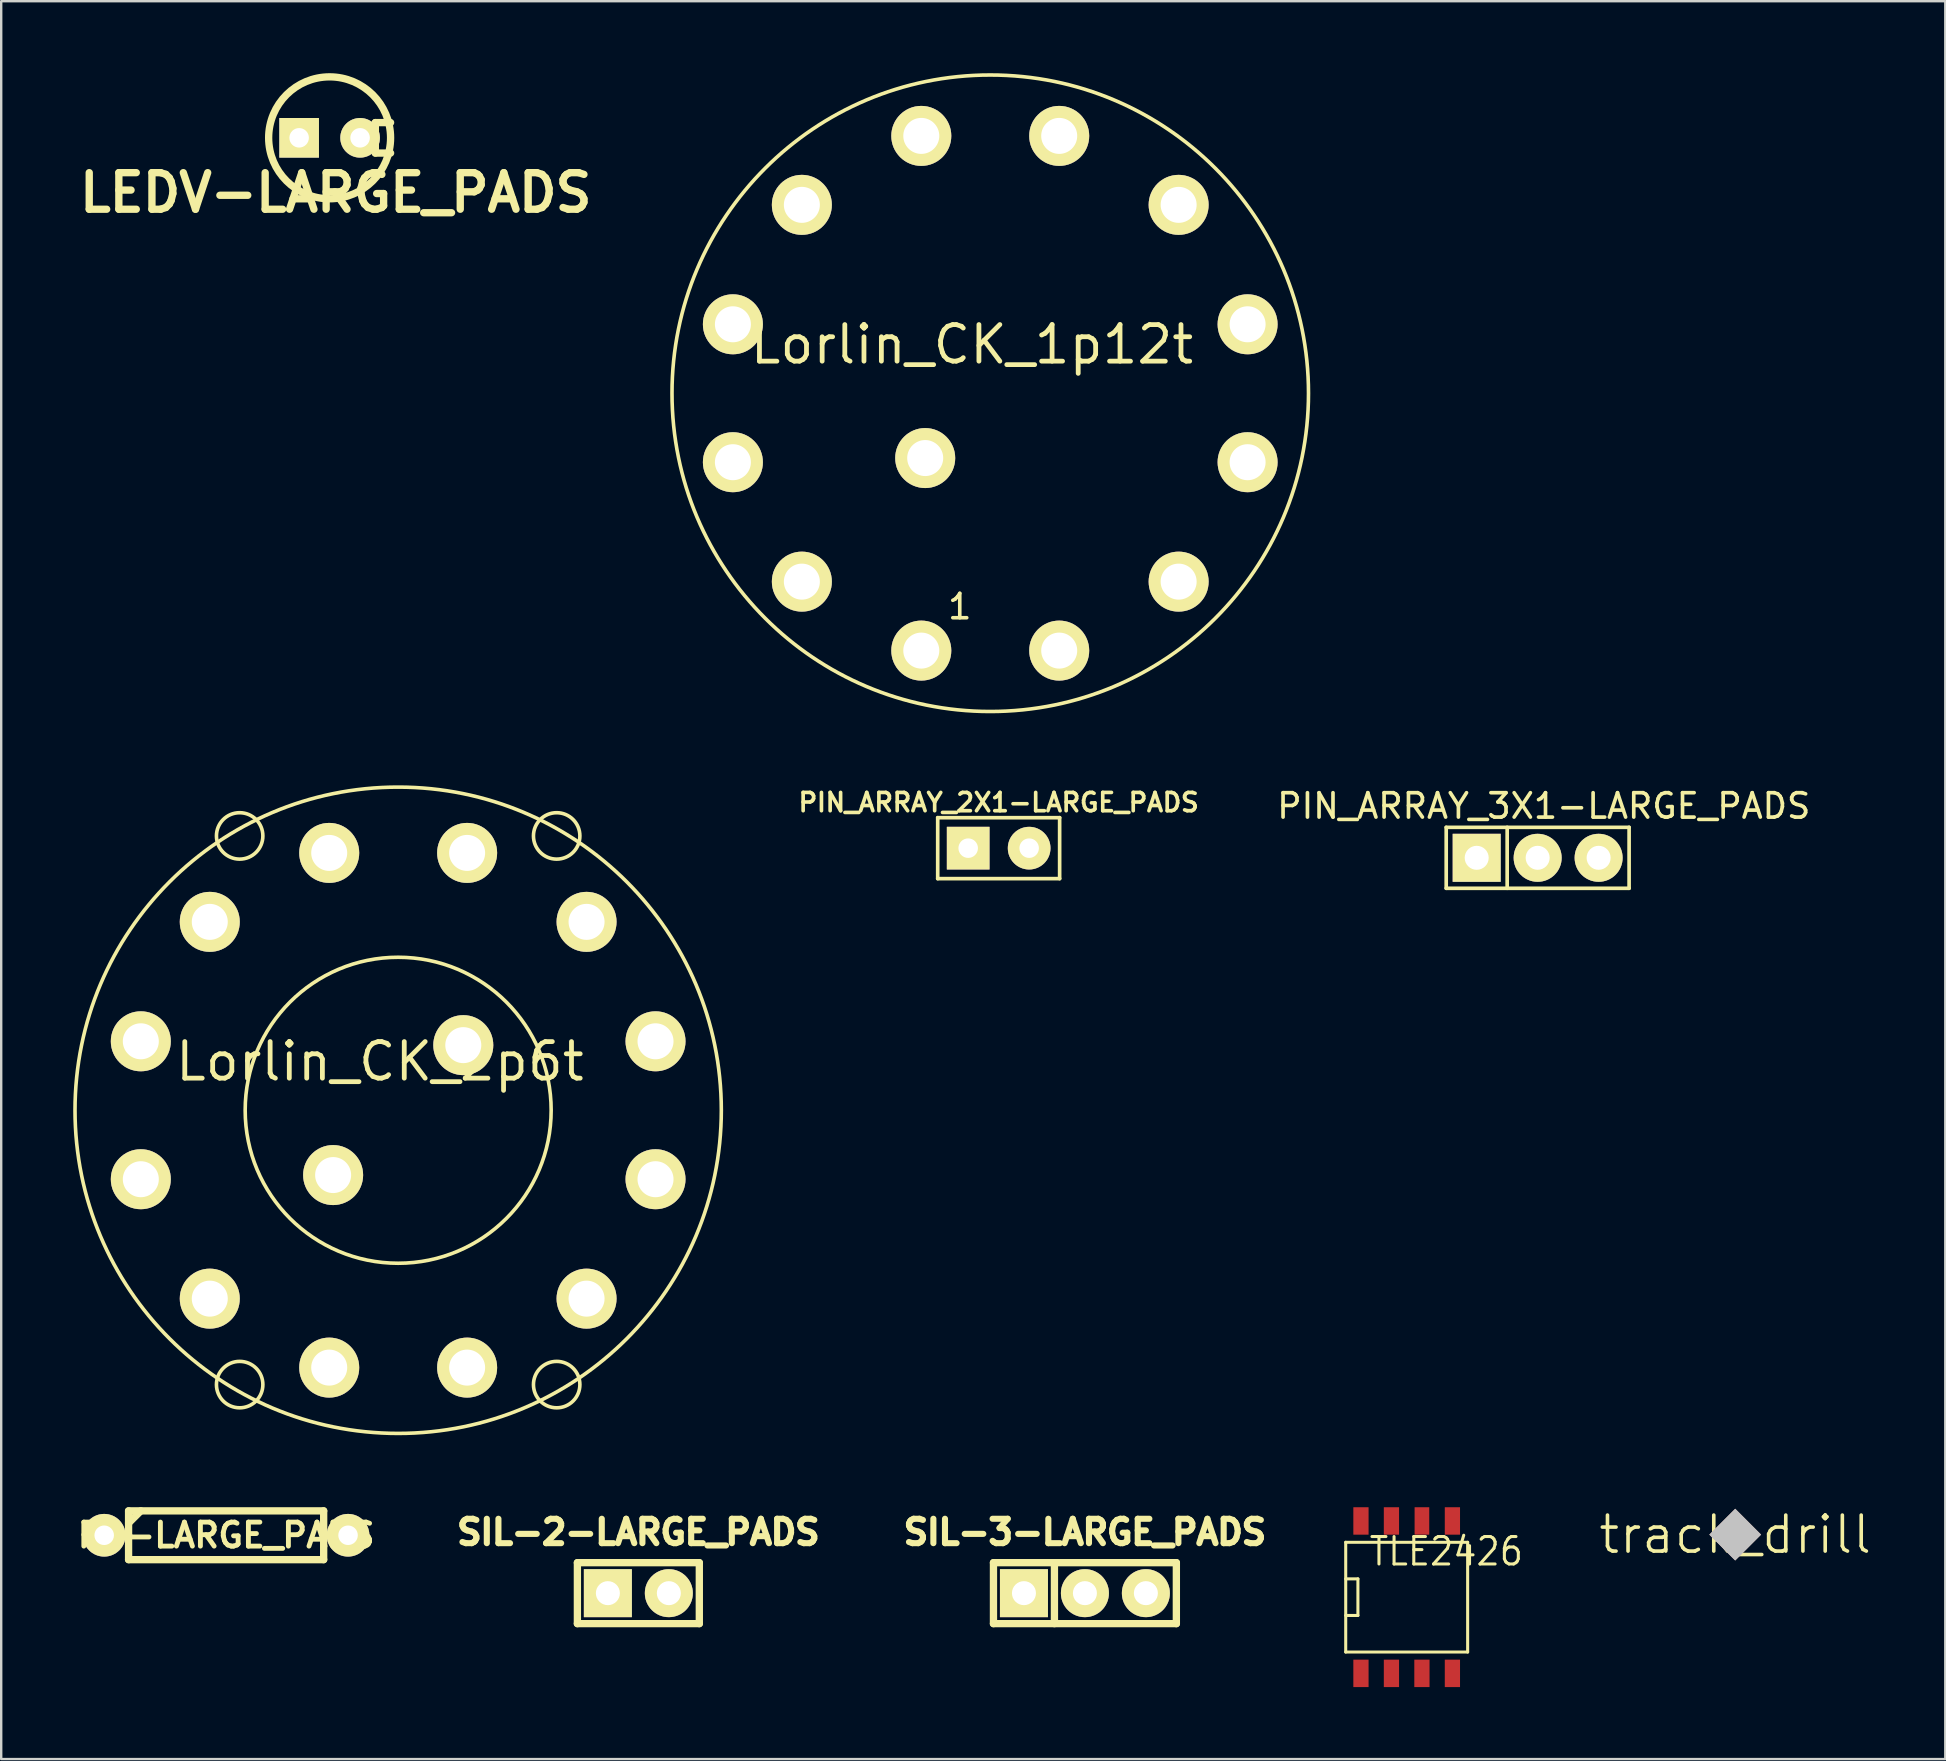
<source format=kicad_pcb>
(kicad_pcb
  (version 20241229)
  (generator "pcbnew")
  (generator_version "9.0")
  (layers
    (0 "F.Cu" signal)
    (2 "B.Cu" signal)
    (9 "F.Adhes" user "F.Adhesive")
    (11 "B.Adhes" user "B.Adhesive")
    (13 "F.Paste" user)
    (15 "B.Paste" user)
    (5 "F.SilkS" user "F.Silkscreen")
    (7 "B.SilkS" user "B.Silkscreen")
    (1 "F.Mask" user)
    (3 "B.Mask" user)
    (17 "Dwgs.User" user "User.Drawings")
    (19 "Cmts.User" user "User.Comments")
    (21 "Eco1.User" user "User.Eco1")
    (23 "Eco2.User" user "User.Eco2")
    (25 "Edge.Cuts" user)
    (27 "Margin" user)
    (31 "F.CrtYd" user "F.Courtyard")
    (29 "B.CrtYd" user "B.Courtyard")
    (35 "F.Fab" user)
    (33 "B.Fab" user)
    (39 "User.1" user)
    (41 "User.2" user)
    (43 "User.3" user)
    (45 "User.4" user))
  (footprint "R4-LARGE_PADS"
    (layer "F.Cu")
    (at 6.371 60.914)
    (property "Reference" "R4-LARGE_PADS" (at 0 0 0) (layer "F.SilkS") (effects (font (size 1 1) (thickness 0.203))))
    (attr through_hole)
    (fp_line (start -5.08 0) (end -4.064 0) (stroke (width 0.305) (type solid)) (layer "F.SilkS"))
    (fp_line (start -4.064 -1.016) (end 4.064 -1.016) (stroke (width 0.305) (type solid)) (layer "F.SilkS"))
    (fp_line (start -4.064 -0.508) (end -3.556 -1.016) (stroke (width 0.305) (type solid)) (layer "F.SilkS"))
    (fp_line (start -4.064 0) (end -4.064 -1.016) (stroke (width 0.305) (type solid)) (layer "F.SilkS"))
    (fp_line (start -4.064 1.016) (end -4.064 0) (stroke (width 0.305) (type solid)) (layer "F.SilkS"))
    (fp_line (start 4.064 -1.016) (end 4.064 1.016) (stroke (width 0.305) (type solid)) (layer "F.SilkS"))
    (fp_line (start 4.064 1.016) (end -4.064 1.016) (stroke (width 0.305) (type solid)) (layer "F.SilkS"))
    (fp_line (start 5.08 0) (end 4.064 0) (stroke (width 0.305) (type solid)) (layer "F.SilkS"))
    (pad "1" thru_hole circle (at -5.08 0) (size 1.778 1.778) (drill 0.813) (layers "*.Cu" "*.Mask" "F.SilkS"))
    (pad "2" thru_hole circle (at 5.08 0) (size 1.778 1.778) (drill 0.813) (layers "*.Cu" "*.Mask" "F.SilkS")))
  (footprint "TLE2426"
    (layer "F.Cu")
    (at 55.557 63.493)
    (property "Reference" "TLE2426" (at 1.651 -1.905 0) (layer "F.SilkS") (effects (font (size 1.143 1.016) (thickness 0.127))))
    (attr smd)
    (fp_line (start -2.54 -2.286) (end 2.54 -2.286) (stroke (width 0.127) (type solid)) (layer "F.SilkS"))
    (fp_line (start -2.54 -0.762) (end -2.032 -0.762) (stroke (width 0.127) (type solid)) (layer "F.SilkS"))
    (fp_line (start -2.54 2.286) (end -2.54 -2.286) (stroke (width 0.127) (type solid)) (layer "F.SilkS"))
    (fp_line (start -2.032 -0.762) (end -2.032 0.762) (stroke (width 0.127) (type solid)) (layer "F.SilkS"))
    (fp_line (start -2.032 0.762) (end -2.54 0.762) (stroke (width 0.127) (type solid)) (layer "F.SilkS"))
    (fp_line (start 2.54 -2.286) (end 2.54 2.286) (stroke (width 0.127) (type solid)) (layer "F.SilkS"))
    (fp_line (start 2.54 2.286) (end -2.54 2.286) (stroke (width 0.127) (type solid)) (layer "F.SilkS"))
    (pad "1" smd rect (at -1.905 3.175) (size 0.635 1.143) (layers "F.Cu" "F.Mask" "F.Paste"))
    (pad "2" smd rect (at -0.635 3.175) (size 0.635 1.143) (layers "F.Cu" "F.Mask" "F.Paste"))
    (pad "3" smd rect (at 0.635 3.175) (size 0.635 1.143) (layers "F.Cu" "F.Mask" "F.Paste"))
    (pad "4" smd rect (at 1.905 3.175) (size 0.635 1.143) (layers "F.Cu" "F.Mask" "F.Paste"))
    (pad "5" smd rect (at 1.905 -3.175) (size 0.635 1.143) (layers "F.Cu" "F.Mask" "F.Paste"))
    (pad "6" smd rect (at 0.635 -3.175) (size 0.61 1.143) (layers "F.Cu" "F.Mask" "F.Paste"))
    (pad "7" smd rect (at -0.635 -3.175) (size 0.635 1.143) (layers "F.Cu" "F.Mask" "F.Paste"))
    (pad "8" smd rect (at -1.905 -3.175) (size 0.635 1.143) (layers "F.Cu" "F.Mask" "F.Paste")))
  (footprint "SIL-2-LARGE_PADS"
    (layer "F.Cu")
    (at 23.546 63.326)
    (property "Reference" "SIL-2-LARGE_PADS" (at 0 -2.54 0) (layer "F.SilkS") (effects (font (size 1.016 1.016) (thickness 0.254))))
    (attr through_hole)
    (fp_line (start -2.54 -1.27) (end 2.54 -1.27) (stroke (width 0.305) (type solid)) (layer "F.SilkS"))
    (fp_line (start -2.54 1.27) (end -2.54 -1.27) (stroke (width 0.305) (type solid)) (layer "F.SilkS"))
    (fp_line (start 2.54 -1.27) (end 2.54 1.27) (stroke (width 0.305) (type solid)) (layer "F.SilkS"))
    (fp_line (start 2.54 1.27) (end -2.54 1.27) (stroke (width 0.305) (type solid)) (layer "F.SilkS"))
    (pad "1" thru_hole rect (at -1.27 0) (size 2 2) (drill 1) (layers "*.Cu" "*.Mask" "F.SilkS"))
    (pad "2" thru_hole circle (at 1.27 0) (size 2 2) (drill 1) (layers "*.Cu" "*.Mask" "F.SilkS")))
  (footprint "Lorlin_CK_2p6t"
    (layer "F.Cu")
    (at 13.539 43.207)
    (property "Reference" "Lorlin_CK_2p6t" (at -0.762 -2.032 0) (layer "F.SilkS") (effects (font (size 1.524 1.524) (thickness 0.2))))
    (attr through_hole)
    (fp_circle (center -6.604 -11.43) (end -5.715 -11.049) (stroke (width 0.15) (type solid)) (fill no) (layer "F.SilkS"))
    (fp_circle (center -6.604 11.43) (end -5.715 11.811) (stroke (width 0.15) (type solid)) (fill no) (layer "F.SilkS"))
    (fp_circle (center 0 0) (end 5.08 3.85) (stroke (width 0.15) (type solid)) (fill no) (layer "F.SilkS"))
    (fp_circle (center 0 0) (end 11.1 7.62) (stroke (width 0.15) (type solid)) (fill no) (layer "F.SilkS"))
    (fp_circle (center 6.604 -11.43) (end 7.493 -11.049) (stroke (width 0.15) (type solid)) (fill no) (layer "F.SilkS"))
    (fp_circle (center 6.604 11.43) (end 7.493 11.811) (stroke (width 0.15) (type solid)) (fill no) (layer "F.SilkS"))
    (pad "1" thru_hole circle (at -2.873 10.722) (size 2.5 2.5) (drill 1.5) (layers "*.Cu" "*.Mask" "F.SilkS"))
    (pad "2" thru_hole circle (at -7.849 7.849) (size 2.5 2.5) (drill 1.5) (layers "*.Cu" "*.Mask" "F.SilkS"))
    (pad "3" thru_hole circle (at -10.722 2.873) (size 2.5 2.5) (drill 1.5) (layers "*.Cu" "*.Mask" "F.SilkS"))
    (pad "4" thru_hole circle (at -10.722 -2.873) (size 2.5 2.5) (drill 1.5) (layers "*.Cu" "*.Mask" "F.SilkS"))
    (pad "5" thru_hole circle (at -7.849 -7.849) (size 2.5 2.5) (drill 1.5) (layers "*.Cu" "*.Mask" "F.SilkS"))
    (pad "6" thru_hole circle (at -2.873 -10.722) (size 2.5 2.5) (drill 1.5) (layers "*.Cu" "*.Mask" "F.SilkS"))
    (pad "7" thru_hole circle (at 2.873 -10.722) (size 2.5 2.5) (drill 1.5) (layers "*.Cu" "*.Mask" "F.SilkS"))
    (pad "8" thru_hole circle (at 7.849 -7.849) (size 2.5 2.5) (drill 1.5) (layers "*.Cu" "*.Mask" "F.SilkS"))
    (pad "9" thru_hole circle (at 10.722 -2.873) (size 2.5 2.5) (drill 1.5) (layers "*.Cu" "*.Mask" "F.SilkS"))
    (pad "10" thru_hole circle (at 10.722 2.873) (size 2.5 2.5) (drill 1.5) (layers "*.Cu" "*.Mask" "F.SilkS"))
    (pad "11" thru_hole circle (at 7.849 7.849) (size 2.5 2.5) (drill 1.5) (layers "*.Cu" "*.Mask" "F.SilkS"))
    (pad "12" thru_hole circle (at 2.873 10.722) (size 2.5 2.5) (drill 1.5) (layers "*.Cu" "*.Mask" "F.SilkS"))
    (pad "A" thru_hole circle (at -2.71 2.7) (size 2.5 2.5) (drill 1.5) (layers "*.Cu" "*.Mask" "F.SilkS"))
    (pad "B" thru_hole circle (at 2.713 -2.713) (size 2.5 2.5) (drill 1.5) (layers "*.Cu" "*.Mask" "F.SilkS")))
  (footprint "PIN_ARRAY_3X1-LARGE_PADS"
    (layer "F.Cu")
    (at 61.014 32.689)
    (property "Reference" "PIN_ARRAY_3X1-LARGE_PADS" (at 0.254 -2.159 0) (layer "F.SilkS") (effects (font (size 1.016 1.016) (thickness 0.152))))
    (attr through_hole)
    (fp_line (start -3.81 -1.27) (end 3.81 -1.27) (stroke (width 0.152) (type solid)) (layer "F.SilkS"))
    (fp_line (start -3.81 1.27) (end -3.81 -1.27) (stroke (width 0.152) (type solid)) (layer "F.SilkS"))
    (fp_line (start -1.27 -1.27) (end -1.27 1.27) (stroke (width 0.152) (type solid)) (layer "F.SilkS"))
    (fp_line (start 3.81 -1.27) (end 3.81 1.27) (stroke (width 0.152) (type solid)) (layer "F.SilkS"))
    (fp_line (start 3.81 1.27) (end -3.81 1.27) (stroke (width 0.152) (type solid)) (layer "F.SilkS"))
    (pad "1" thru_hole rect (at -2.54 0) (size 2 2) (drill 1) (layers "*.Cu" "*.Mask" "F.SilkS"))
    (pad "2" thru_hole circle (at 0 0) (size 2 2) (drill 1) (layers "*.Cu" "*.Mask" "F.SilkS"))
    (pad "3" thru_hole circle (at 2.54 0) (size 2 2) (drill 1) (layers "*.Cu" "*.Mask" "F.SilkS")))
  (footprint "LEDV-LARGE_PADS"
    (layer "F.Cu")
    (at 10.683 2.692)
    (property "Reference" "LEDV-LARGE_PADS" (at 0.254 2.286 0) (layer "F.SilkS") (effects (font (size 1.524 1.524) (thickness 0.305))))
    (attr through_hole)
    (fp_line (start 1.905 -0.635) (end 1.905 0.635) (stroke (width 0.305) (type solid)) (layer "F.SilkS"))
    (fp_line (start 1.905 0.635) (end 2.54 0.635) (stroke (width 0.305) (type solid)) (layer "F.SilkS"))
    (fp_line (start 2.54 -0.635) (end 1.905 -0.635) (stroke (width 0.305) (type solid)) (layer "F.SilkS"))
    (fp_circle (center 0 0) (end -2.54 0) (stroke (width 0.305) (type solid)) (fill no) (layer "F.SilkS"))
    (pad "1" thru_hole rect (at -1.27 0) (size 1.651 1.651) (drill 0.813) (layers "*.Cu" "*.Mask" "F.SilkS"))
    (pad "2" thru_hole circle (at 1.27 0) (size 1.651 1.651) (drill 0.813) (layers "*.Cu" "*.Mask" "F.SilkS")))
  (footprint "track_drill"
    (layer "F.Cu")
    (at 69.244 60.887)
    (property "Reference" "track_drill" (at 0 0 0) (layer "F.SilkS") (effects (font (size 1.5 1.5) (thickness 0.15))))
    (attr through_hole)
    (pad "" connect rect (at 0 0 45) (size 1.524 1.524) (layers "*.Mask" "B.SilkS" "Dwgs.User")))
  (footprint "Lorlin_CK_1p12t"
    (layer "F.Cu")
    (at 38.207 13.334)
    (property "Reference" "Lorlin_CK_1p12t" (at -0.762 -2.032 0) (layer "F.SilkS") (effects (font (size 1.524 1.524) (thickness 0.2))))
    (attr through_hole)
    (fp_circle (center 0 0) (end 12.7 3.81) (stroke (width 0.15) (type solid)) (fill no) (layer "F.SilkS"))
    (fp_text user "1" (at -1.27 8.89 0) (layer "F.SilkS") (effects (font (size 1.016 1.016) (thickness 0.15))))
    (pad "1" thru_hole circle (at -2.873 10.722) (size 2.5 2.5) (drill 1.5) (layers "*.Cu" "*.Mask" "F.SilkS"))
    (pad "2" thru_hole circle (at -7.849 7.849) (size 2.5 2.5) (drill 1.5) (layers "*.Cu" "*.Mask" "F.SilkS"))
    (pad "3" thru_hole circle (at -10.722 2.873) (size 2.5 2.5) (drill 1.5) (layers "*.Cu" "*.Mask" "F.SilkS"))
    (pad "4" thru_hole circle (at -10.722 -2.873) (size 2.5 2.5) (drill 1.5) (layers "*.Cu" "*.Mask" "F.SilkS"))
    (pad "5" thru_hole circle (at -7.849 -7.849) (size 2.5 2.5) (drill 1.5) (layers "*.Cu" "*.Mask" "F.SilkS"))
    (pad "6" thru_hole circle (at -2.873 -10.722) (size 2.5 2.5) (drill 1.5) (layers "*.Cu" "*.Mask" "F.SilkS"))
    (pad "7" thru_hole circle (at 2.873 -10.722) (size 2.5 2.5) (drill 1.5) (layers "*.Cu" "*.Mask" "F.SilkS"))
    (pad "8" thru_hole circle (at 7.849 -7.849) (size 2.5 2.5) (drill 1.5) (layers "*.Cu" "*.Mask" "F.SilkS"))
    (pad "9" thru_hole circle (at 10.722 -2.873) (size 2.5 2.5) (drill 1.5) (layers "*.Cu" "*.Mask" "F.SilkS"))
    (pad "10" thru_hole circle (at 10.722 2.873) (size 2.5 2.5) (drill 1.5) (layers "*.Cu" "*.Mask" "F.SilkS"))
    (pad "11" thru_hole circle (at 7.849 7.849) (size 2.5 2.5) (drill 1.5) (layers "*.Cu" "*.Mask" "F.SilkS"))
    (pad "12" thru_hole circle (at 2.873 10.722) (size 2.5 2.5) (drill 1.5) (layers "*.Cu" "*.Mask" "F.SilkS"))
    (pad "A" thru_hole circle (at -2.71 2.7) (size 2.5 2.5) (drill 1.5) (layers "*.Cu" "*.Mask" "F.SilkS")))
  (footprint "SIL-3-LARGE_PADS"
    (layer "F.Cu")
    (at 42.151 63.326)
    (property "Reference" "SIL-3-LARGE_PADS" (at 0 -2.54 0) (layer "F.SilkS") (effects (font (size 1.016 1.016) (thickness 0.254))))
    (attr through_hole)
    (fp_line (start -3.81 -1.27) (end 3.81 -1.27) (stroke (width 0.305) (type solid)) (layer "F.SilkS"))
    (fp_line (start -3.81 1.27) (end -3.81 -1.27) (stroke (width 0.305) (type solid)) (layer "F.SilkS"))
    (fp_line (start -1.27 -1.27) (end -1.27 1.27) (stroke (width 0.305) (type solid)) (layer "F.SilkS"))
    (fp_line (start 3.81 -1.27) (end 3.81 1.27) (stroke (width 0.305) (type solid)) (layer "F.SilkS"))
    (fp_line (start 3.81 1.27) (end -3.81 1.27) (stroke (width 0.305) (type solid)) (layer "F.SilkS"))
    (pad "1" thru_hole rect (at -2.54 0) (size 2 2) (drill 1) (layers "*.Cu" "*.Mask" "F.SilkS"))
    (pad "2" thru_hole circle (at 0 0) (size 2 2) (drill 1) (layers "*.Cu" "*.Mask" "F.SilkS"))
    (pad "3" thru_hole circle (at 2.54 0) (size 2 2) (drill 1) (layers "*.Cu" "*.Mask" "F.SilkS")))
  (footprint "PIN_ARRAY_2X1-LARGE_PADS"
    (layer "F.Cu")
    (at 38.558 32.287)
    (property "Reference" "PIN_ARRAY_2X1-LARGE_PADS" (at 0 -1.905 0) (layer "F.SilkS") (effects (font (size 0.762 0.762) (thickness 0.152))))
    (attr through_hole)
    (fp_line (start -2.54 -1.27) (end 2.54 -1.27) (stroke (width 0.152) (type solid)) (layer "F.SilkS"))
    (fp_line (start -2.54 1.27) (end -2.54 -1.27) (stroke (width 0.152) (type solid)) (layer "F.SilkS"))
    (fp_line (start 2.54 -1.27) (end 2.54 1.27) (stroke (width 0.152) (type solid)) (layer "F.SilkS"))
    (fp_line (start 2.54 1.27) (end -2.54 1.27) (stroke (width 0.152) (type solid)) (layer "F.SilkS"))
    (pad "1" thru_hole rect (at -1.27 0) (size 1.778 1.778) (drill 0.813) (layers "*.Cu" "*.Mask" "F.SilkS"))
    (pad "2" thru_hole circle (at 1.27 0) (size 1.778 1.778) (drill 0.813) (layers "*.Cu" "*.Mask" "F.SilkS")))
  (gr_rect
    (start -3 -3)
    (end 77.997 70.239)
    (stroke (width 0.1) (type default))
    (fill no)
    (layer "Edge.Cuts")))
</source>
